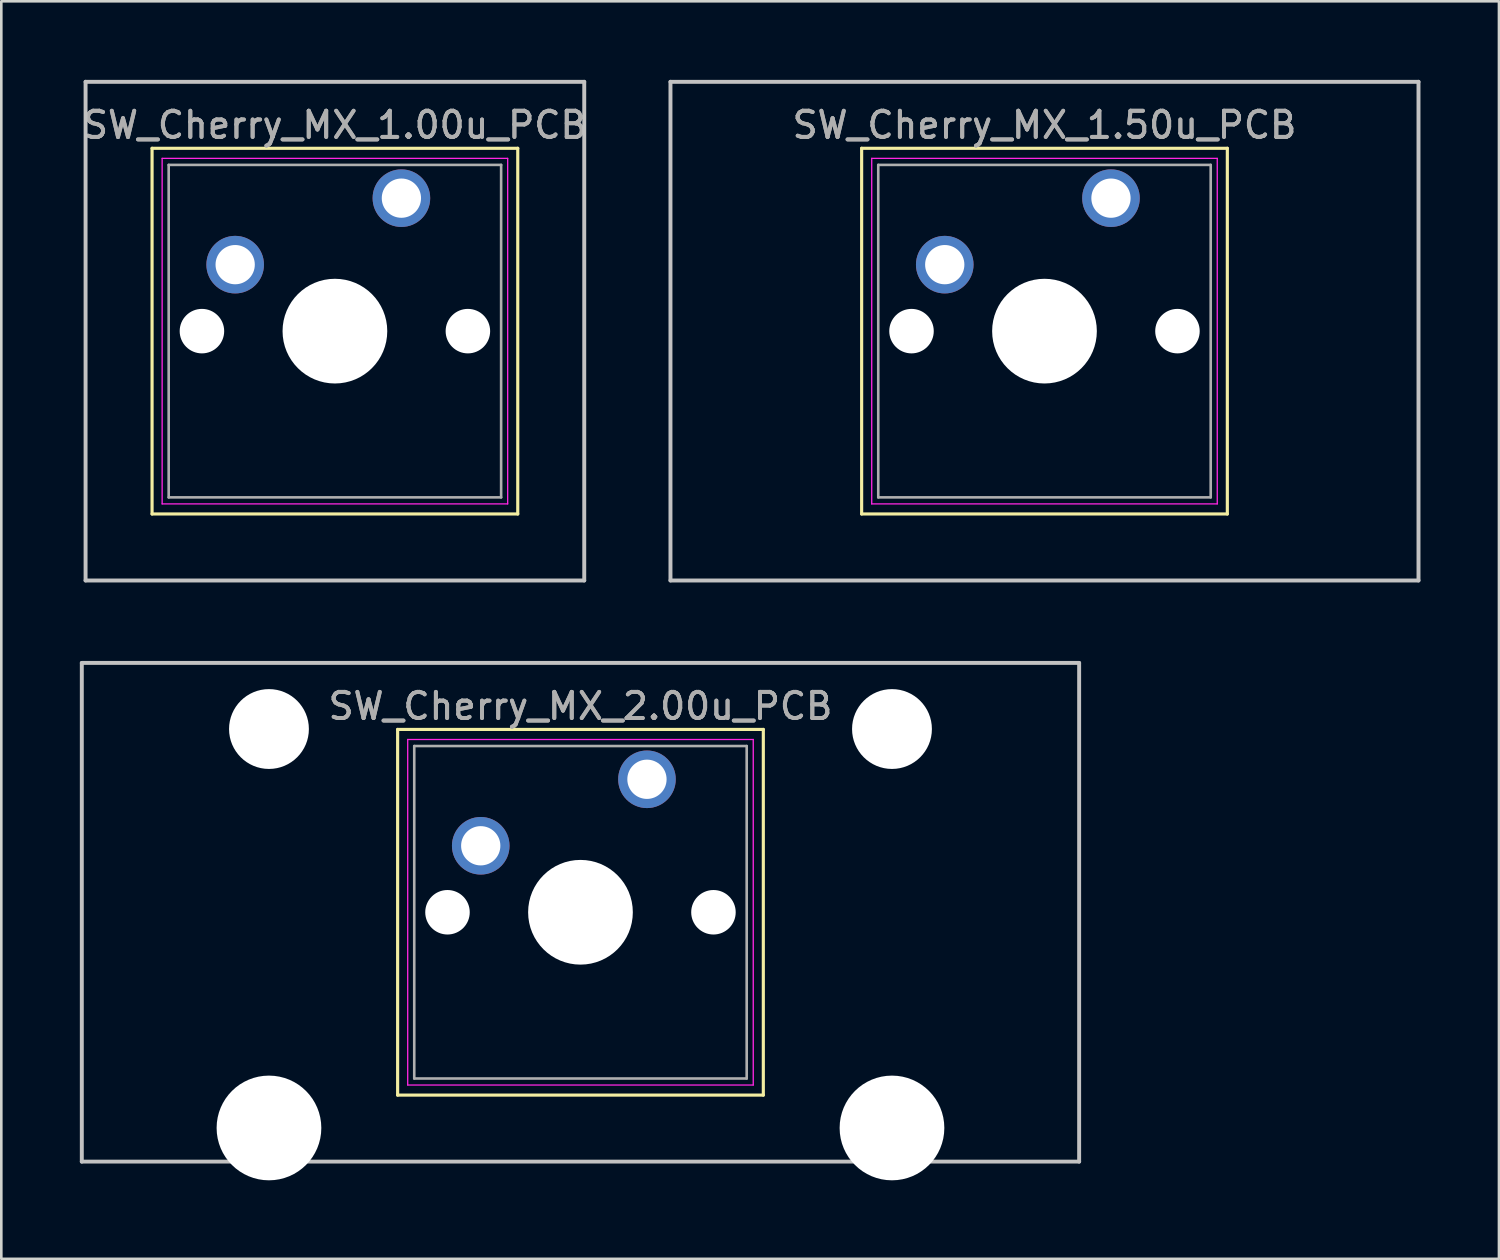
<source format=kicad_pcb>
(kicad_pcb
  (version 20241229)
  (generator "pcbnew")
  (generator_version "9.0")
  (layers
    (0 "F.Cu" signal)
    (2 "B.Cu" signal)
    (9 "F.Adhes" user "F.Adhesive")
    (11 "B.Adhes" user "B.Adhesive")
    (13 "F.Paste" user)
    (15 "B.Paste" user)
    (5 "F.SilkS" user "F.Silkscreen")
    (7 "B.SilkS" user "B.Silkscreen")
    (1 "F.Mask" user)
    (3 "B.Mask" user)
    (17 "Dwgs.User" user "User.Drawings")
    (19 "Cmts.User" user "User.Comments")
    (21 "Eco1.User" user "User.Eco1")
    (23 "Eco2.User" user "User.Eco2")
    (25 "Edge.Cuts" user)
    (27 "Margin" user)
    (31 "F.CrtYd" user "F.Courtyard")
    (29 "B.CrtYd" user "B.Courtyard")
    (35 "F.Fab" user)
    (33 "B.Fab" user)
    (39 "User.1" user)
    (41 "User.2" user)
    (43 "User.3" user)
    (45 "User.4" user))
  (footprint "SW_Cherry_MX_1.00u_PCB"
    (layer "F.Cu")
    (at 12.284 4.52)
    (property "Reference" "SW_Cherry_MX_1.00u_PCB" (at -2.54 -2.794 0) (layer "F.Fab") (effects (font (size 1 1) (thickness 0.15))))
    (attr through_hole)
    (fp_line (start -9.525 -1.905) (end 4.445 -1.905) (stroke (width 0.12) (type solid)) (layer "F.SilkS"))
    (fp_line (start -9.525 12.065) (end -9.525 -1.905) (stroke (width 0.12) (type solid)) (layer "F.SilkS"))
    (fp_line (start 4.445 -1.905) (end 4.445 12.065) (stroke (width 0.12) (type solid)) (layer "F.SilkS"))
    (fp_line (start 4.445 12.065) (end -9.525 12.065) (stroke (width 0.12) (type solid)) (layer "F.SilkS"))
    (fp_line (start -12.065 -4.445) (end 6.985 -4.445) (stroke (width 0.15) (type solid)) (layer "Dwgs.User"))
    (fp_line (start -12.065 14.605) (end -12.065 -4.445) (stroke (width 0.15) (type solid)) (layer "Dwgs.User"))
    (fp_line (start 6.985 -4.445) (end 6.985 14.605) (stroke (width 0.15) (type solid)) (layer "Dwgs.User"))
    (fp_line (start 6.985 14.605) (end -12.065 14.605) (stroke (width 0.15) (type solid)) (layer "Dwgs.User"))
    (fp_line (start -9.14 -1.52) (end 4.06 -1.52) (stroke (width 0.05) (type solid)) (layer "F.CrtYd"))
    (fp_line (start -9.14 11.68) (end -9.14 -1.52) (stroke (width 0.05) (type solid)) (layer "F.CrtYd"))
    (fp_line (start 4.06 -1.52) (end 4.06 11.68) (stroke (width 0.05) (type solid)) (layer "F.CrtYd"))
    (fp_line (start 4.06 11.68) (end -9.14 11.68) (stroke (width 0.05) (type solid)) (layer "F.CrtYd"))
    (fp_line (start -8.89 -1.27) (end 3.81 -1.27) (stroke (width 0.1) (type solid)) (layer "F.Fab"))
    (fp_line (start -8.89 11.43) (end -8.89 -1.27) (stroke (width 0.1) (type solid)) (layer "F.Fab"))
    (fp_line (start 3.81 -1.27) (end 3.81 11.43) (stroke (width 0.1) (type solid)) (layer "F.Fab"))
    (fp_line (start 3.81 11.43) (end -8.89 11.43) (stroke (width 0.1) (type solid)) (layer "F.Fab"))
    (fp_text user "${REFERENCE}" (at -2.54 -2.794 0) (layer "F.Fab") (effects (font (size 1 1) (thickness 0.15))))
    (pad "" np_thru_hole circle (at -7.62 5.08) (size 1.7 1.7) (drill 1.7) (layers "*.Cu" "*.Mask"))
    (pad "" np_thru_hole circle (at -2.54 5.08) (size 4 4) (drill 4) (layers "*.Cu" "*.Mask"))
    (pad "" np_thru_hole circle (at 2.54 5.08) (size 1.7 1.7) (drill 1.7) (layers "*.Cu" "*.Mask"))
    (pad "1" thru_hole circle (at 0 0) (size 2.2 2.2) (drill 1.5) (layers "*.Cu" "*.Mask"))
    (pad "2" thru_hole circle (at -6.35 2.54) (size 2.2 2.2) (drill 1.5) (layers "*.Cu" "*.Mask")))
  (footprint "SW_Cherry_MX_2.00u_PCB"
    (layer "F.Cu")
    (at 21.665 26.72)
    (property "Reference" "SW_Cherry_MX_2.00u_PCB" (at -2.54 -2.794 0) (layer "F.Fab") (effects (font (size 1 1) (thickness 0.15))))
    (attr through_hole)
    (fp_line (start -9.525 -1.905) (end 4.445 -1.905) (stroke (width 0.12) (type solid)) (layer "F.SilkS"))
    (fp_line (start -9.525 12.065) (end -9.525 -1.905) (stroke (width 0.12) (type solid)) (layer "F.SilkS"))
    (fp_line (start 4.445 -1.905) (end 4.445 12.065) (stroke (width 0.12) (type solid)) (layer "F.SilkS"))
    (fp_line (start 4.445 12.065) (end -9.525 12.065) (stroke (width 0.12) (type solid)) (layer "F.SilkS"))
    (fp_line (start -21.59 -4.445) (end 16.51 -4.445) (stroke (width 0.15) (type solid)) (layer "Dwgs.User"))
    (fp_line (start -21.59 14.605) (end -21.59 -4.445) (stroke (width 0.15) (type solid)) (layer "Dwgs.User"))
    (fp_line (start 16.51 -4.445) (end 16.51 14.605) (stroke (width 0.15) (type solid)) (layer "Dwgs.User"))
    (fp_line (start 16.51 14.605) (end -21.59 14.605) (stroke (width 0.15) (type solid)) (layer "Dwgs.User"))
    (fp_line (start -9.14 -1.52) (end 4.06 -1.52) (stroke (width 0.05) (type solid)) (layer "F.CrtYd"))
    (fp_line (start -9.14 11.68) (end -9.14 -1.52) (stroke (width 0.05) (type solid)) (layer "F.CrtYd"))
    (fp_line (start 4.06 -1.52) (end 4.06 11.68) (stroke (width 0.05) (type solid)) (layer "F.CrtYd"))
    (fp_line (start 4.06 11.68) (end -9.14 11.68) (stroke (width 0.05) (type solid)) (layer "F.CrtYd"))
    (fp_line (start -8.89 -1.27) (end 3.81 -1.27) (stroke (width 0.1) (type solid)) (layer "F.Fab"))
    (fp_line (start -8.89 11.43) (end -8.89 -1.27) (stroke (width 0.1) (type solid)) (layer "F.Fab"))
    (fp_line (start 3.81 -1.27) (end 3.81 11.43) (stroke (width 0.1) (type solid)) (layer "F.Fab"))
    (fp_line (start 3.81 11.43) (end -8.89 11.43) (stroke (width 0.1) (type solid)) (layer "F.Fab"))
    (fp_text user "${REFERENCE}" (at -2.54 -2.794 0) (layer "F.Fab") (effects (font (size 1 1) (thickness 0.15))))
    (pad "" np_thru_hole circle (at -14.44 -1.92) (size 3.05 3.05) (drill 3.05) (layers "*.Cu" "*.Mask"))
    (pad "" np_thru_hole circle (at -14.44 13.32) (size 4 4) (drill 4) (layers "*.Cu" "*.Mask"))
    (pad "" np_thru_hole circle (at -7.62 5.08) (size 1.7 1.7) (drill 1.7) (layers "*.Cu" "*.Mask"))
    (pad "" np_thru_hole circle (at -2.54 5.08) (size 4 4) (drill 4) (layers "*.Cu" "*.Mask"))
    (pad "" np_thru_hole circle (at 2.54 5.08) (size 1.7 1.7) (drill 1.7) (layers "*.Cu" "*.Mask"))
    (pad "" np_thru_hole circle (at 9.36 -1.92) (size 3.05 3.05) (drill 3.05) (layers "*.Cu" "*.Mask"))
    (pad "" np_thru_hole circle (at 9.36 13.32) (size 4 4) (drill 4) (layers "*.Cu" "*.Mask"))
    (pad "1" thru_hole circle (at 0 0) (size 2.2 2.2) (drill 1.5) (layers "*.Cu" "*.Mask"))
    (pad "2" thru_hole circle (at -6.35 2.54) (size 2.2 2.2) (drill 1.5) (layers "*.Cu" "*.Mask")))
  (footprint "SW_Cherry_MX_1.50u_PCB"
    (layer "F.Cu")
    (at 39.391 4.52)
    (property "Reference" "SW_Cherry_MX_1.50u_PCB" (at -2.54 -2.794 0) (layer "F.Fab") (effects (font (size 1 1) (thickness 0.15))))
    (attr through_hole)
    (fp_line (start -9.525 -1.905) (end 4.445 -1.905) (stroke (width 0.12) (type solid)) (layer "F.SilkS"))
    (fp_line (start -9.525 12.065) (end -9.525 -1.905) (stroke (width 0.12) (type solid)) (layer "F.SilkS"))
    (fp_line (start 4.445 -1.905) (end 4.445 12.065) (stroke (width 0.12) (type solid)) (layer "F.SilkS"))
    (fp_line (start 4.445 12.065) (end -9.525 12.065) (stroke (width 0.12) (type solid)) (layer "F.SilkS"))
    (fp_line (start -16.828 -4.445) (end 11.748 -4.445) (stroke (width 0.15) (type solid)) (layer "Dwgs.User"))
    (fp_line (start -16.828 14.605) (end -16.828 -4.445) (stroke (width 0.15) (type solid)) (layer "Dwgs.User"))
    (fp_line (start 11.748 -4.445) (end 11.748 14.605) (stroke (width 0.15) (type solid)) (layer "Dwgs.User"))
    (fp_line (start 11.748 14.605) (end -16.828 14.605) (stroke (width 0.15) (type solid)) (layer "Dwgs.User"))
    (fp_line (start -9.14 -1.52) (end 4.06 -1.52) (stroke (width 0.05) (type solid)) (layer "F.CrtYd"))
    (fp_line (start -9.14 11.68) (end -9.14 -1.52) (stroke (width 0.05) (type solid)) (layer "F.CrtYd"))
    (fp_line (start 4.06 -1.52) (end 4.06 11.68) (stroke (width 0.05) (type solid)) (layer "F.CrtYd"))
    (fp_line (start 4.06 11.68) (end -9.14 11.68) (stroke (width 0.05) (type solid)) (layer "F.CrtYd"))
    (fp_line (start -8.89 -1.27) (end 3.81 -1.27) (stroke (width 0.1) (type solid)) (layer "F.Fab"))
    (fp_line (start -8.89 11.43) (end -8.89 -1.27) (stroke (width 0.1) (type solid)) (layer "F.Fab"))
    (fp_line (start 3.81 -1.27) (end 3.81 11.43) (stroke (width 0.1) (type solid)) (layer "F.Fab"))
    (fp_line (start 3.81 11.43) (end -8.89 11.43) (stroke (width 0.1) (type solid)) (layer "F.Fab"))
    (fp_text user "${REFERENCE}" (at -2.54 -2.794 0) (layer "F.Fab") (effects (font (size 1 1) (thickness 0.15))))
    (pad "" np_thru_hole circle (at -7.62 5.08) (size 1.7 1.7) (drill 1.7) (layers "*.Cu" "*.Mask"))
    (pad "" np_thru_hole circle (at -2.54 5.08) (size 4 4) (drill 4) (layers "*.Cu" "*.Mask"))
    (pad "" np_thru_hole circle (at 2.54 5.08) (size 1.7 1.7) (drill 1.7) (layers "*.Cu" "*.Mask"))
    (pad "1" thru_hole circle (at 0 0) (size 2.2 2.2) (drill 1.5) (layers "*.Cu" "*.Mask"))
    (pad "2" thru_hole circle (at -6.35 2.54) (size 2.2 2.2) (drill 1.5) (layers "*.Cu" "*.Mask")))
  (gr_rect
    (start -3 -3)
    (end 54.213 45.04)
    (stroke (width 0.1) (type default))
    (fill no)
    (layer "Edge.Cuts")))
</source>
